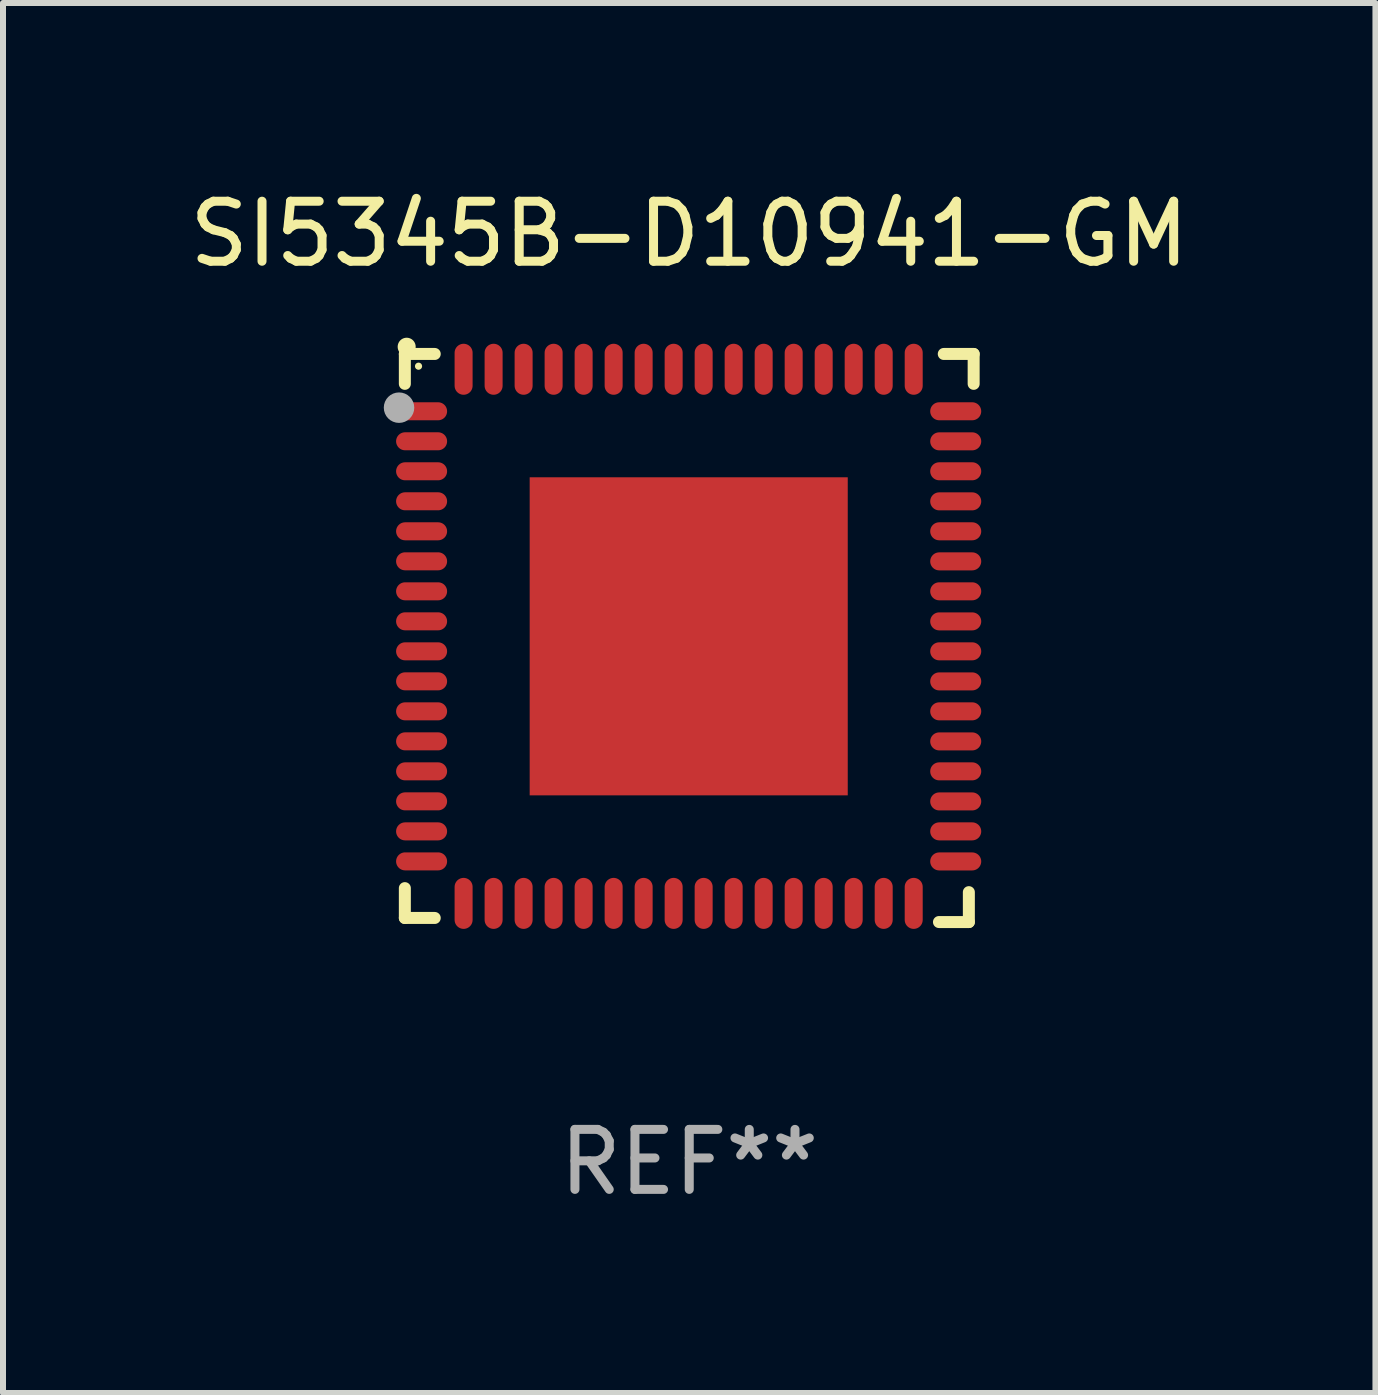
<source format=kicad_pcb>
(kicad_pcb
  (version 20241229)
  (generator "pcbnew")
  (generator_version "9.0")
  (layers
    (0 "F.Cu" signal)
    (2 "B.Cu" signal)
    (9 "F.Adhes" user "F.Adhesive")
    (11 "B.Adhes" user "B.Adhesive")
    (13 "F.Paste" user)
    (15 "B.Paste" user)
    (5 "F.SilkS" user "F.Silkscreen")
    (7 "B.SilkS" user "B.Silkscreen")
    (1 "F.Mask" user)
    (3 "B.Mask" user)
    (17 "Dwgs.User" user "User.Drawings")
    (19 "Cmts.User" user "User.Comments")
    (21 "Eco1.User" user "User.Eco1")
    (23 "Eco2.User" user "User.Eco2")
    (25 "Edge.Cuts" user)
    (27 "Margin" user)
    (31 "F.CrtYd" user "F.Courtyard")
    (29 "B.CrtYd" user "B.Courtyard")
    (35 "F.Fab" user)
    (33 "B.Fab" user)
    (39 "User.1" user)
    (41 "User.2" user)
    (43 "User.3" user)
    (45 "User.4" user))
  (footprint "SI5345B-D10941-GM"
    (layer "F.Cu")
    (at 8.435 7.581)
    (property "Reference" "SI5345B-D10941-GM" (at 0 -6.733 0) (layer "F.SilkS") (effects (font (size 1 1) (thickness 0.15))))
    (attr through_hole)
    (fp_line (start -4.739 -4.733) (end -4.241 -4.733) (stroke (width 0.2) (type solid)) (layer "F.SilkS"))
    (fp_line (start -4.739 -4.235) (end -4.739 -4.733) (stroke (width 0.2) (type solid)) (layer "F.SilkS"))
    (fp_line (start -4.739 4.168) (end -4.739 4.665) (stroke (width 0.2) (type solid)) (layer "F.SilkS"))
    (fp_line (start -4.739 4.665) (end -4.241 4.665) (stroke (width 0.2) (type solid)) (layer "F.SilkS"))
    (fp_line (start 4.161 4.733) (end 4.659 4.733) (stroke (width 0.2) (type solid)) (layer "F.SilkS"))
    (fp_line (start 4.241 -4.733) (end 4.739 -4.733) (stroke (width 0.2) (type solid)) (layer "F.SilkS"))
    (fp_line (start 4.659 4.733) (end 4.659 4.235) (stroke (width 0.2) (type solid)) (layer "F.SilkS"))
    (fp_line (start 4.739 -4.733) (end 4.739 -4.235) (stroke (width 0.2) (type solid)) (layer "F.SilkS"))
    (fp_arc (start -4.708623 -4.85108) (mid -4.708628 -4.85235) (end -4.708623 -4.85362) (stroke (width 0.3) (type solid)) (layer "F.SilkS"))
    (fp_circle (center -4.511 -4.529) (end -4.481 -4.529) (stroke (width 0.06) (type solid)) (fill no) (layer "F.SilkS"))
    (fp_circle (center -4.836 -3.838) (end -4.709 -3.838) (stroke (width 0.254) (type solid)) (fill no) (layer "F.Fab"))
    (fp_text user "REF**" (at 0 8.733 0) (layer "F.Fab") (effects (font (size 1 1) (thickness 0.15))))
    (pad "1" smd oval (at -4.46 -3.778) (size 0.85 0.3) (layers "F.Cu" "F.Mask" "F.Paste"))
    (pad "2" smd oval (at -4.46 -3.278) (size 0.85 0.3) (layers "F.Cu" "F.Mask" "F.Paste"))
    (pad "3" smd oval (at -4.46 -2.778) (size 0.85 0.3) (layers "F.Cu" "F.Mask" "F.Paste"))
    (pad "4" smd oval (at -4.46 -2.278) (size 0.85 0.3) (layers "F.Cu" "F.Mask" "F.Paste"))
    (pad "5" smd oval (at -4.46 -1.778) (size 0.85 0.3) (layers "F.Cu" "F.Mask" "F.Paste"))
    (pad "6" smd oval (at -4.46 -1.278) (size 0.85 0.3) (layers "F.Cu" "F.Mask" "F.Paste"))
    (pad "7" smd oval (at -4.46 -0.778) (size 0.85 0.3) (layers "F.Cu" "F.Mask" "F.Paste"))
    (pad "8" smd oval (at -4.46 -0.278) (size 0.85 0.3) (layers "F.Cu" "F.Mask" "F.Paste"))
    (pad "9" smd oval (at -4.46 0.222) (size 0.85 0.3) (layers "F.Cu" "F.Mask" "F.Paste"))
    (pad "10" smd oval (at -4.46 0.722) (size 0.85 0.3) (layers "F.Cu" "F.Mask" "F.Paste"))
    (pad "11" smd oval (at -4.46 1.222) (size 0.85 0.3) (layers "F.Cu" "F.Mask" "F.Paste"))
    (pad "12" smd oval (at -4.46 1.722) (size 0.85 0.3) (layers "F.Cu" "F.Mask" "F.Paste"))
    (pad "13" smd oval (at -4.46 2.222) (size 0.85 0.3) (layers "F.Cu" "F.Mask" "F.Paste"))
    (pad "14" smd oval (at -4.46 2.722) (size 0.85 0.3) (layers "F.Cu" "F.Mask" "F.Paste"))
    (pad "15" smd oval (at -4.46 3.222) (size 0.85 0.3) (layers "F.Cu" "F.Mask" "F.Paste"))
    (pad "16" smd oval (at -4.46 3.722) (size 0.85 0.3) (layers "F.Cu" "F.Mask" "F.Paste"))
    (pad "17" smd oval (at -3.76 4.422) (size 0.3 0.85) (layers "F.Cu" "F.Mask" "F.Paste"))
    (pad "18" smd oval (at -3.26 4.422) (size 0.3 0.85) (layers "F.Cu" "F.Mask" "F.Paste"))
    (pad "19" smd oval (at -2.76 4.422) (size 0.3 0.85) (layers "F.Cu" "F.Mask" "F.Paste"))
    (pad "20" smd oval (at -2.26 4.422) (size 0.3 0.85) (layers "F.Cu" "F.Mask" "F.Paste"))
    (pad "21" smd oval (at -1.76 4.422) (size 0.3 0.85) (layers "F.Cu" "F.Mask" "F.Paste"))
    (pad "22" smd oval (at -1.26 4.422) (size 0.3 0.85) (layers "F.Cu" "F.Mask" "F.Paste"))
    (pad "23" smd oval (at -0.76 4.422) (size 0.3 0.85) (layers "F.Cu" "F.Mask" "F.Paste"))
    (pad "24" smd oval (at -0.26 4.422) (size 0.3 0.85) (layers "F.Cu" "F.Mask" "F.Paste"))
    (pad "25" smd oval (at 0.24 4.422) (size 0.3 0.85) (layers "F.Cu" "F.Mask" "F.Paste"))
    (pad "26" smd oval (at 0.74 4.422) (size 0.3 0.85) (layers "F.Cu" "F.Mask" "F.Paste"))
    (pad "27" smd oval (at 1.24 4.422) (size 0.3 0.85) (layers "F.Cu" "F.Mask" "F.Paste"))
    (pad "28" smd oval (at 1.74 4.422) (size 0.3 0.85) (layers "F.Cu" "F.Mask" "F.Paste"))
    (pad "29" smd oval (at 2.24 4.422) (size 0.3 0.85) (layers "F.Cu" "F.Mask" "F.Paste"))
    (pad "30" smd oval (at 2.74 4.422) (size 0.3 0.85) (layers "F.Cu" "F.Mask" "F.Paste"))
    (pad "31" smd oval (at 3.24 4.422) (size 0.3 0.85) (layers "F.Cu" "F.Mask" "F.Paste"))
    (pad "32" smd oval (at 3.74 4.422) (size 0.3 0.85) (layers "F.Cu" "F.Mask" "F.Paste"))
    (pad "33" smd oval (at 4.44 3.723) (size 0.85 0.3) (layers "F.Cu" "F.Mask" "F.Paste"))
    (pad "34" smd oval (at 4.44 3.222) (size 0.85 0.3) (layers "F.Cu" "F.Mask" "F.Paste"))
    (pad "35" smd oval (at 4.44 2.723) (size 0.85 0.3) (layers "F.Cu" "F.Mask" "F.Paste"))
    (pad "36" smd oval (at 4.44 2.222) (size 0.85 0.3) (layers "F.Cu" "F.Mask" "F.Paste"))
    (pad "37" smd oval (at 4.44 1.723) (size 0.85 0.3) (layers "F.Cu" "F.Mask" "F.Paste"))
    (pad "38" smd oval (at 4.44 1.222) (size 0.85 0.3) (layers "F.Cu" "F.Mask" "F.Paste"))
    (pad "39" smd oval (at 4.44 0.723) (size 0.85 0.3) (layers "F.Cu" "F.Mask" "F.Paste"))
    (pad "40" smd oval (at 4.44 0.222) (size 0.85 0.3) (layers "F.Cu" "F.Mask" "F.Paste"))
    (pad "41" smd oval (at 4.44 -0.277) (size 0.85 0.3) (layers "F.Cu" "F.Mask" "F.Paste"))
    (pad "42" smd oval (at 4.44 -0.778) (size 0.85 0.3) (layers "F.Cu" "F.Mask" "F.Paste"))
    (pad "43" smd oval (at 4.44 -1.277) (size 0.85 0.3) (layers "F.Cu" "F.Mask" "F.Paste"))
    (pad "44" smd oval (at 4.44 -1.778) (size 0.85 0.3) (layers "F.Cu" "F.Mask" "F.Paste"))
    (pad "45" smd oval (at 4.44 -2.277) (size 0.85 0.3) (layers "F.Cu" "F.Mask" "F.Paste"))
    (pad "46" smd oval (at 4.44 -2.778) (size 0.85 0.3) (layers "F.Cu" "F.Mask" "F.Paste"))
    (pad "47" smd oval (at 4.44 -3.277) (size 0.85 0.3) (layers "F.Cu" "F.Mask" "F.Paste"))
    (pad "48" smd oval (at 4.44 -3.778) (size 0.85 0.3) (layers "F.Cu" "F.Mask" "F.Paste"))
    (pad "49" smd oval (at 3.74 -4.478) (size 0.3 0.85) (layers "F.Cu" "F.Mask" "F.Paste"))
    (pad "50" smd oval (at 3.24 -4.478) (size 0.3 0.85) (layers "F.Cu" "F.Mask" "F.Paste"))
    (pad "51" smd oval (at 2.74 -4.478) (size 0.3 0.85) (layers "F.Cu" "F.Mask" "F.Paste"))
    (pad "52" smd oval (at 2.24 -4.478) (size 0.3 0.85) (layers "F.Cu" "F.Mask" "F.Paste"))
    (pad "53" smd oval (at 1.74 -4.478) (size 0.3 0.85) (layers "F.Cu" "F.Mask" "F.Paste"))
    (pad "54" smd oval (at 1.24 -4.478) (size 0.3 0.85) (layers "F.Cu" "F.Mask" "F.Paste"))
    (pad "55" smd oval (at 0.74 -4.478) (size 0.3 0.85) (layers "F.Cu" "F.Mask" "F.Paste"))
    (pad "56" smd oval (at 0.24 -4.478) (size 0.3 0.85) (layers "F.Cu" "F.Mask" "F.Paste"))
    (pad "57" smd oval (at -0.26 -4.478) (size 0.3 0.85) (layers "F.Cu" "F.Mask" "F.Paste"))
    (pad "58" smd oval (at -0.76 -4.478) (size 0.3 0.85) (layers "F.Cu" "F.Mask" "F.Paste"))
    (pad "59" smd oval (at -1.26 -4.478) (size 0.3 0.85) (layers "F.Cu" "F.Mask" "F.Paste"))
    (pad "60" smd oval (at -1.76 -4.478) (size 0.3 0.85) (layers "F.Cu" "F.Mask" "F.Paste"))
    (pad "61" smd oval (at -2.26 -4.478) (size 0.3 0.85) (layers "F.Cu" "F.Mask" "F.Paste"))
    (pad "62" smd oval (at -2.76 -4.478) (size 0.3 0.85) (layers "F.Cu" "F.Mask" "F.Paste"))
    (pad "63" smd oval (at -3.26 -4.478) (size 0.3 0.85) (layers "F.Cu" "F.Mask" "F.Paste"))
    (pad "64" smd oval (at -3.76 -4.478) (size 0.3 0.85) (layers "F.Cu" "F.Mask" "F.Paste"))
    (pad "65" smd rect (at -0.009 -0.028 90) (size 5.3 5.3) (layers "F.Cu" "F.Mask" "F.Paste")))
  (gr_rect
    (start -3 -3)
    (end 19.869 20.162)
    (stroke (width 0.1) (type default))
    (fill no)
    (layer "Edge.Cuts")))
</source>
